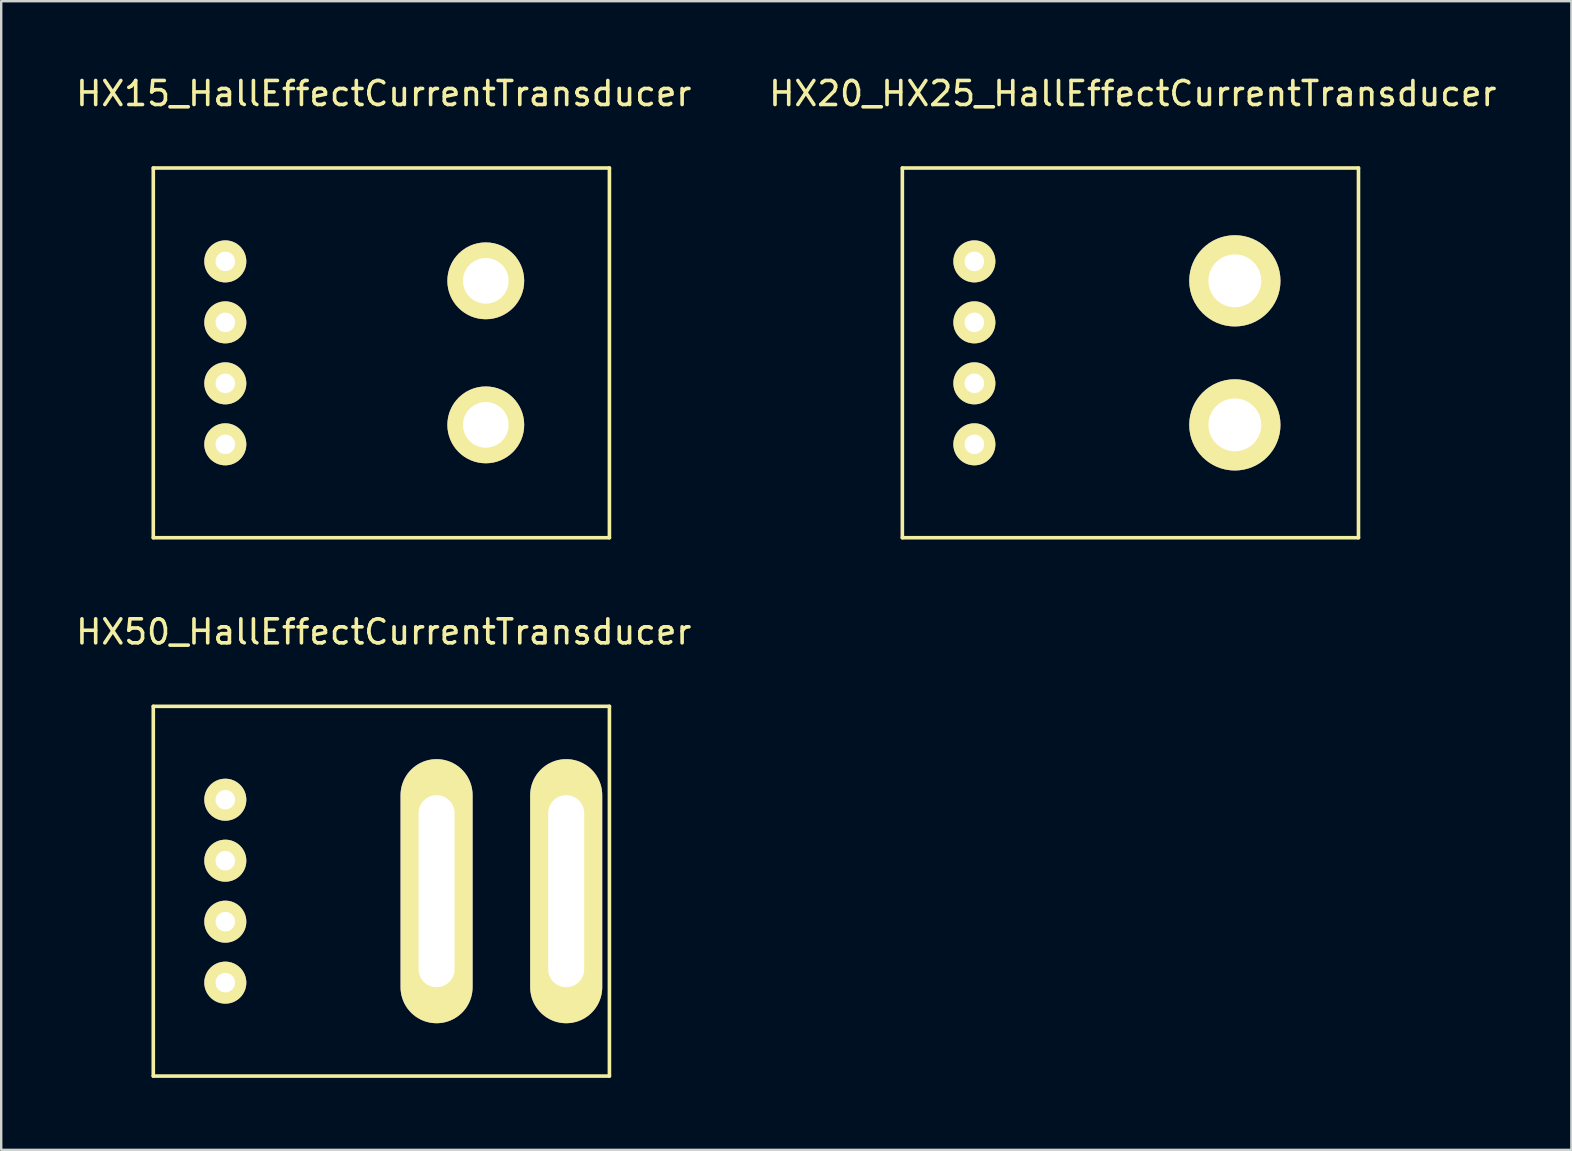
<source format=kicad_pcb>
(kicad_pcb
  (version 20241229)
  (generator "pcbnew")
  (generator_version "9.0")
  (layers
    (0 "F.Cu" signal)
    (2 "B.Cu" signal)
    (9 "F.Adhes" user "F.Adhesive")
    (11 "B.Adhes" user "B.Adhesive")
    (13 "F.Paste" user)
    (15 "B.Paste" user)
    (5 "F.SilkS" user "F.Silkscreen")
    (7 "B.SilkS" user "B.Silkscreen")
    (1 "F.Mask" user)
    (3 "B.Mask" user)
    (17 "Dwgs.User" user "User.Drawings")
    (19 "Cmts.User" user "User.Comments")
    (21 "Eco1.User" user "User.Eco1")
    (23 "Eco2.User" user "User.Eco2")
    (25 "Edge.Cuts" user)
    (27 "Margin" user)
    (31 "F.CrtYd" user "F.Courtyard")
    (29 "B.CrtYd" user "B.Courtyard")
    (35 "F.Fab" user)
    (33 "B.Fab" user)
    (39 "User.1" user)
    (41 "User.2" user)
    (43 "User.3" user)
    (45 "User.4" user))
  (footprint "HX50_HallEffectCurrentTransducer"
    (layer "F.Cu")
    (at 12.835 34.072)
    (property "Reference" "HX50_HallEffectCurrentTransducer" (at 0.1 -10.8 0) (layer "F.SilkS") (effects (font (size 1 1) (thickness 0.15))))
    (attr through_hole)
    (fp_line (start -9.5 -7.7) (end -9.5 7.7) (stroke (width 0.15) (type solid)) (layer "F.SilkS"))
    (fp_line (start -9.5 7.7) (end 9.5 7.7) (stroke (width 0.15) (type solid)) (layer "F.SilkS"))
    (fp_line (start 9.5 -7.7) (end -9.5 -7.7) (stroke (width 0.15) (type solid)) (layer "F.SilkS"))
    (fp_line (start 9.5 7.7) (end 9.5 -7.7) (stroke (width 0.15) (type solid)) (layer "F.SilkS"))
    (pad "1" thru_hole circle (at -6.5 -3.81) (size 1.75 1.75) (drill 0.813) (layers "*.Cu" "*.Mask" "F.SilkS"))
    (pad "2" thru_hole circle (at -6.5 -1.27) (size 1.75 1.75) (drill 0.813) (layers "*.Cu" "*.Mask" "F.SilkS"))
    (pad "3" thru_hole circle (at -6.5 1.27) (size 1.75 1.75) (drill 0.813) (layers "*.Cu" "*.Mask" "F.SilkS"))
    (pad "4" thru_hole circle (at -6.5 3.81) (size 1.75 1.75) (drill 0.813) (layers "*.Cu" "*.Mask" "F.SilkS"))
    (pad "5" thru_hole oval (at 7.7 0) (size 3 11) (drill oval 1.5 8) (layers "*.Cu" "*.Mask" "F.SilkS"))
    (pad "6" thru_hole oval (at 2.3 0) (size 3 11) (drill oval 1.5 8) (layers "*.Cu" "*.Mask" "F.SilkS")))
  (footprint "HX15_HallEffectCurrentTransducer"
    (layer "F.Cu")
    (at 12.835 11.648)
    (property "Reference" "HX15_HallEffectCurrentTransducer" (at 0.1 -10.8 0) (layer "F.SilkS") (effects (font (size 1 1) (thickness 0.15))))
    (attr through_hole)
    (fp_line (start -9.5 -7.7) (end -9.5 7.7) (stroke (width 0.15) (type solid)) (layer "F.SilkS"))
    (fp_line (start -9.5 7.7) (end 9.5 7.7) (stroke (width 0.15) (type solid)) (layer "F.SilkS"))
    (fp_line (start 9.5 -7.7) (end -9.5 -7.7) (stroke (width 0.15) (type solid)) (layer "F.SilkS"))
    (fp_line (start 9.5 7.7) (end 9.5 -7.7) (stroke (width 0.15) (type solid)) (layer "F.SilkS"))
    (pad "1" thru_hole circle (at -6.5 -3.81) (size 1.75 1.75) (drill 0.813) (layers "*.Cu" "*.Mask" "F.SilkS"))
    (pad "2" thru_hole circle (at -6.5 -1.27) (size 1.75 1.75) (drill 0.813) (layers "*.Cu" "*.Mask" "F.SilkS"))
    (pad "3" thru_hole circle (at -6.5 1.27) (size 1.75 1.75) (drill 0.813) (layers "*.Cu" "*.Mask" "F.SilkS"))
    (pad "4" thru_hole circle (at -6.5 3.81) (size 1.75 1.75) (drill 0.813) (layers "*.Cu" "*.Mask" "F.SilkS"))
    (pad "5" thru_hole circle (at 4.35 -3) (size 3.2 3.2) (drill 1.9) (layers "*.Cu" "*.Mask" "F.SilkS"))
    (pad "6" thru_hole circle (at 4.35 3) (size 3.2 3.2) (drill 1.9) (layers "*.Cu" "*.Mask" "F.SilkS")))
  (footprint "HX20_HX25_HallEffectCurrentTransducer"
    (layer "F.Cu")
    (at 44.037 11.648)
    (property "Reference" "HX20_HX25_HallEffectCurrentTransducer" (at 0.1 -10.8 0) (layer "F.SilkS") (effects (font (size 1 1) (thickness 0.15))))
    (attr through_hole)
    (fp_line (start -9.5 -7.7) (end -9.5 7.7) (stroke (width 0.15) (type solid)) (layer "F.SilkS"))
    (fp_line (start -9.5 7.7) (end 9.5 7.7) (stroke (width 0.15) (type solid)) (layer "F.SilkS"))
    (fp_line (start 9.5 -7.7) (end -9.5 -7.7) (stroke (width 0.15) (type solid)) (layer "F.SilkS"))
    (fp_line (start 9.5 7.7) (end 9.5 -7.7) (stroke (width 0.15) (type solid)) (layer "F.SilkS"))
    (pad "1" thru_hole circle (at -6.5 -3.81) (size 1.75 1.75) (drill 0.813) (layers "*.Cu" "*.Mask" "F.SilkS"))
    (pad "2" thru_hole circle (at -6.5 -1.27) (size 1.75 1.75) (drill 0.813) (layers "*.Cu" "*.Mask" "F.SilkS"))
    (pad "3" thru_hole circle (at -6.5 1.27) (size 1.75 1.75) (drill 0.813) (layers "*.Cu" "*.Mask" "F.SilkS"))
    (pad "4" thru_hole circle (at -6.5 3.81) (size 1.75 1.75) (drill 0.813) (layers "*.Cu" "*.Mask" "F.SilkS"))
    (pad "5" thru_hole circle (at 4.35 -3) (size 3.8 3.8) (drill 2.2) (layers "*.Cu" "*.Mask" "F.SilkS"))
    (pad "6" thru_hole circle (at 4.35 3) (size 3.8 3.8) (drill 2.2) (layers "*.Cu" "*.Mask" "F.SilkS")))
  (gr_rect
    (start -3 -3)
    (end 62.405 44.846)
    (stroke (width 0.1) (type default))
    (fill no)
    (layer "Edge.Cuts")))
</source>
